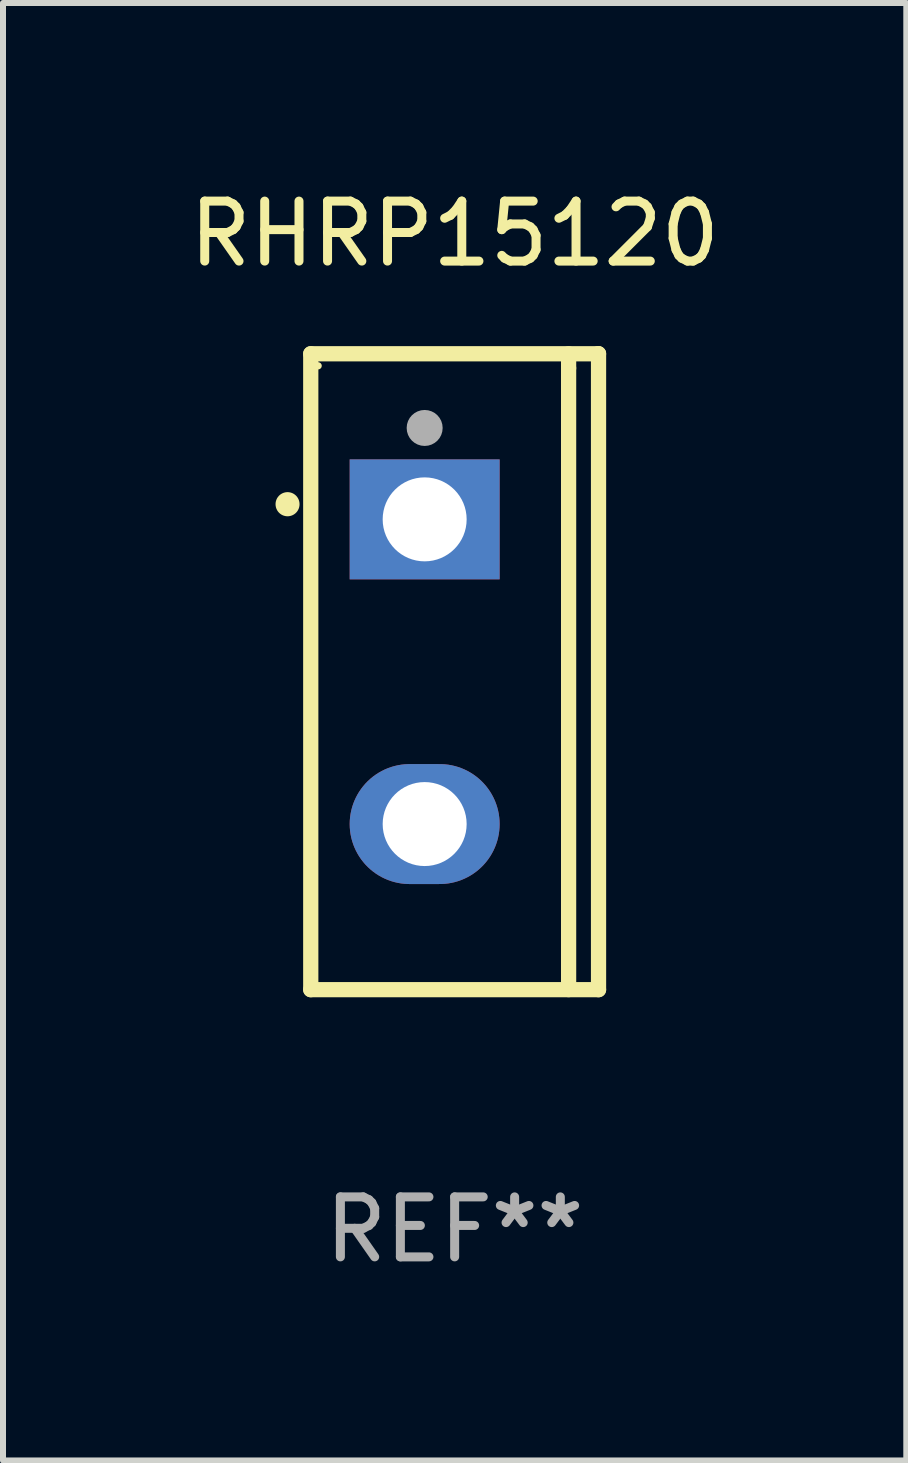
<source format=kicad_pcb>
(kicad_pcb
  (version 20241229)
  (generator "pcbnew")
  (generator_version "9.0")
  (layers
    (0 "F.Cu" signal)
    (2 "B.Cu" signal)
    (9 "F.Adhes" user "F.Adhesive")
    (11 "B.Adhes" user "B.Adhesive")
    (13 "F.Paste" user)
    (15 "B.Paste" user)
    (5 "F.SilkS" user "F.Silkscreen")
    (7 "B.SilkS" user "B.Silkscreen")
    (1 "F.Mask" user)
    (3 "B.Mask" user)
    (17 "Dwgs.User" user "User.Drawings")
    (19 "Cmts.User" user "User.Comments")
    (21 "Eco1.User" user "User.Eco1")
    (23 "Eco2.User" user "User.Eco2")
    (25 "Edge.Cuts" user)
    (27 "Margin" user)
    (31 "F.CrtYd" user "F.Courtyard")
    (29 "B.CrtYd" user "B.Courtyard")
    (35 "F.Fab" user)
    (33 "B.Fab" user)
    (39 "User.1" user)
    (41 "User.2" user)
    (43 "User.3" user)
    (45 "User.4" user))
  (footprint "RHRP15120"
    (layer "F.Cu")
    (at 4.53 8.149)
    (property "Reference" "RHRP15120" (at 0 -7.301 0) (layer "F.SilkS") (effects (font (size 1 1) (thickness 0.15))))
    (attr through_hole)
    (fp_line (start -2.399 -5.301) (end 2.394 -5.301) (stroke (width 0.254) (type solid)) (layer "F.SilkS"))
    (fp_line (start -2.399 5.301) (end -2.399 -5.301) (stroke (width 0.254) (type solid)) (layer "F.SilkS"))
    (fp_line (start 1.9 -5.061) (end 1.9 -5.3) (stroke (width 0.254) (type solid)) (layer "F.SilkS"))
    (fp_line (start 1.9 5.3) (end 1.9 -5.061) (stroke (width 0.254) (type solid)) (layer "F.SilkS"))
    (fp_line (start 2.394 -5.301) (end 2.399 -5.301) (stroke (width 0.254) (type solid)) (layer "F.SilkS"))
    (fp_line (start 2.399 -5.301) (end 2.399 5.301) (stroke (width 0.254) (type solid)) (layer "F.SilkS"))
    (fp_line (start 2.399 5.301) (end -2.399 5.301) (stroke (width 0.254) (type solid)) (layer "F.SilkS"))
    (fp_arc (start -2.786043 -2.791466) (mid -2.786047 -2.792736) (end -2.786043 -2.794006) (stroke (width 0.4) (type solid)) (layer "F.SilkS"))
    (fp_circle (center -2.275 -5.1) (end -2.245 -5.1) (stroke (width 0.06) (type solid)) (fill no) (layer "F.SilkS"))
    (fp_circle (center -0.5 -4.064) (end -0.35 -4.064) (stroke (width 0.3) (type solid)) (fill no) (layer "F.Fab"))
    (fp_text user "REF**" (at 0 9.301 0) (layer "F.Fab") (effects (font (size 1 1) (thickness 0.15))))
    (pad "1" thru_hole rect (at -0.5 -2.54 270) (size 2 2.5) (drill 1.4) (layers "*.Cu" "*.Mask"))
    (pad "3" thru_hole oval (at -0.5 2.54 270) (size 2 2.5) (drill 1.4) (layers "*.Cu" "*.Mask")))
  (gr_rect
    (start -3 -3)
    (end 12.06 21.299)
    (stroke (width 0.1) (type default))
    (fill no)
    (layer "Edge.Cuts")))
</source>
